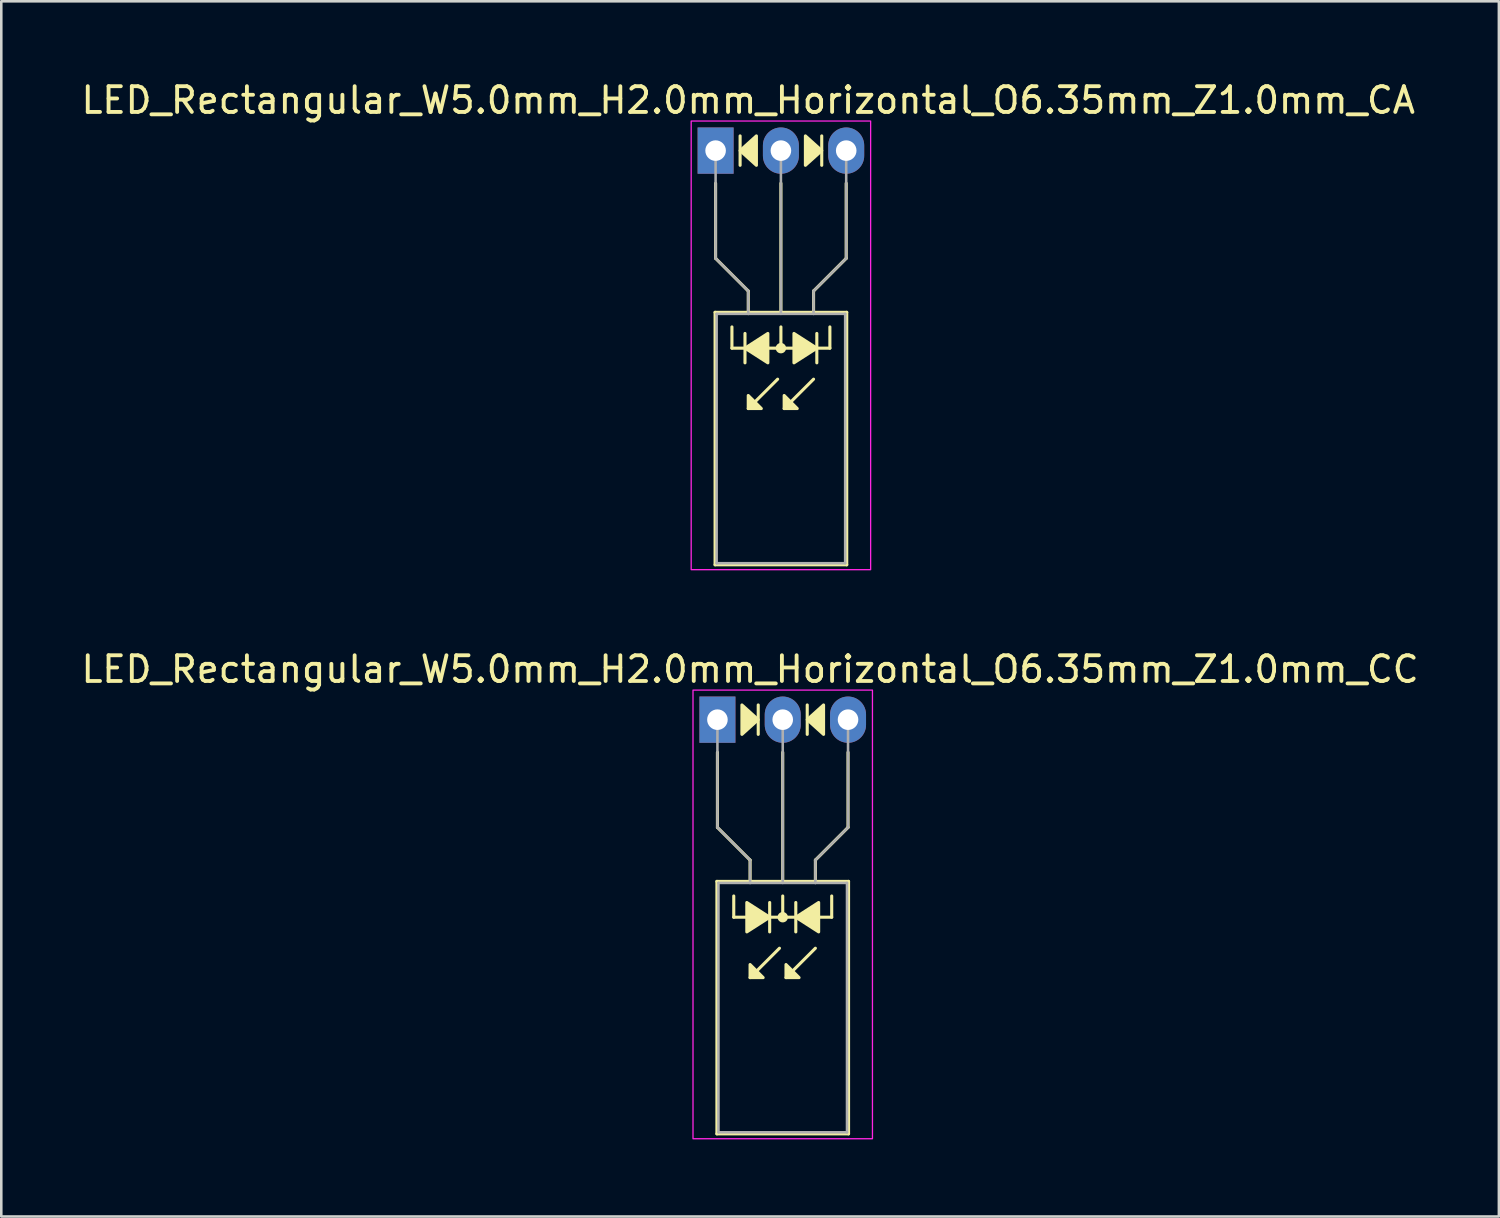
<source format=kicad_pcb>
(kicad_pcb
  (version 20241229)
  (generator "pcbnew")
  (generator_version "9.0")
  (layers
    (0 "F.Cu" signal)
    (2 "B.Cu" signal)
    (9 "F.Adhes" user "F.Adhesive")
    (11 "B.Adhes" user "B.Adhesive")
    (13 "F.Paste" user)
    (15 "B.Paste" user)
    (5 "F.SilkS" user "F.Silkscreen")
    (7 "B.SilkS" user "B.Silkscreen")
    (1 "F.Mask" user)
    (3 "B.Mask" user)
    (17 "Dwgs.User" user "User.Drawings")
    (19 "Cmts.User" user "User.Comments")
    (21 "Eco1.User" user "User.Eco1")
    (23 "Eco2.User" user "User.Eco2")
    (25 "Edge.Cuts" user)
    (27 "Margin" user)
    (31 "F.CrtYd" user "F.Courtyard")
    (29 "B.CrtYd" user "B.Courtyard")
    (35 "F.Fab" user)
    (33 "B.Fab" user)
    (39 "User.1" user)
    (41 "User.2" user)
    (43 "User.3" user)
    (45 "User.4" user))
  (footprint "LED_Rectangular_W5.0mm_H2.0mm_Horizontal_O6.35mm_Z1.0mm_CA"
    (layer "F.Cu")
    (at 24.784 2.808)
    (property "Reference" "LED_Rectangular_W5.0mm_H2.0mm_Horizontal_O6.35mm_Z1.0mm_CA" (at 1.27 -1.96 0) (layer "F.SilkS") (effects (font (size 1 1) (thickness 0.15))))
    (fp_line (start -0.02 6.29) (end -0.02 16.11) (stroke (width 0.12) (type solid)) (layer "F.SilkS"))
    (fp_line (start -0.02 16.11) (end 5.1 16.11) (stroke (width 0.12) (type solid)) (layer "F.SilkS"))
    (fp_line (start 0 1.27) (end 0 4.191) (stroke (width 0.12) (type default)) (layer "F.SilkS"))
    (fp_line (start 0 4.191) (end 1.27 5.461) (stroke (width 0.12) (type default)) (layer "F.SilkS"))
    (fp_line (start 0.635 7.684) (end 0.635 6.858) (stroke (width 0.12) (type default)) (layer "F.SilkS"))
    (fp_line (start 0.635 7.684) (end 4.445 7.684) (stroke (width 0.12) (type default)) (layer "F.SilkS"))
    (fp_line (start 0.953 -0.572) (end 0.953 0.572) (stroke (width 0.12) (type solid)) (layer "F.SilkS"))
    (fp_line (start 1.143 7.112) (end 1.143 8.255) (stroke (width 0.12) (type solid)) (layer "F.SilkS"))
    (fp_line (start 1.27 5.461) (end 1.27 6.29) (stroke (width 0.12) (type default)) (layer "F.SilkS"))
    (fp_line (start 1.27 6.29) (end 1.27 6.29) (stroke (width 0.12) (type solid)) (layer "F.SilkS"))
    (fp_line (start 2.413 8.89) (end 1.27 10.033) (stroke (width 0.12) (type solid)) (layer "F.SilkS"))
    (fp_line (start 2.54 6.29) (end 2.54 1.27) (stroke (width 0.12) (type default)) (layer "F.SilkS"))
    (fp_line (start 2.54 7.684) (end 2.54 6.858) (stroke (width 0.12) (type default)) (layer "F.SilkS"))
    (fp_line (start 3.81 5.461) (end 3.81 6.29) (stroke (width 0.12) (type default)) (layer "F.SilkS"))
    (fp_line (start 3.81 6.29) (end 3.81 6.29) (stroke (width 0.12) (type solid)) (layer "F.SilkS"))
    (fp_line (start 3.81 8.89) (end 2.667 10.033) (stroke (width 0.12) (type solid)) (layer "F.SilkS"))
    (fp_line (start 3.937 8.255) (end 3.937 7.112) (stroke (width 0.12) (type solid)) (layer "F.SilkS"))
    (fp_line (start 4.128 0.572) (end 4.128 -0.572) (stroke (width 0.12) (type solid)) (layer "F.SilkS"))
    (fp_line (start 4.445 7.684) (end 4.445 6.858) (stroke (width 0.12) (type default)) (layer "F.SilkS"))
    (fp_line (start 5.08 1.27) (end 5.08 4.191) (stroke (width 0.12) (type default)) (layer "F.SilkS"))
    (fp_line (start 5.08 4.191) (end 3.81 5.461) (stroke (width 0.12) (type default)) (layer "F.SilkS"))
    (fp_line (start 5.1 6.29) (end -0.02 6.29) (stroke (width 0.12) (type solid)) (layer "F.SilkS"))
    (fp_line (start 5.1 16.11) (end 5.1 6.29) (stroke (width 0.12) (type solid)) (layer "F.SilkS"))
    (fp_circle (center 2.54 7.684) (end 2.682 7.684) (stroke (width 0.12) (type solid)) (fill yes) (layer "F.SilkS"))
    (fp_poly (pts (xy 1.27 9.525) (xy 1.778 10.033) (xy 1.27 10.033)) (stroke (width 0.12) (type solid)) (fill yes) (layer "F.SilkS"))
    (fp_poly (pts (xy 1.587 0.572) (xy 0.953 0) (xy 1.587 -0.572)) (stroke (width 0.12) (type solid)) (fill yes) (layer "F.SilkS"))
    (fp_poly (pts (xy 2.032 8.255) (xy 1.143 7.684) (xy 2.032 7.112)) (stroke (width 0.12) (type solid)) (fill yes) (layer "F.SilkS"))
    (fp_poly (pts (xy 2.667 9.525) (xy 3.175 10.033) (xy 2.667 10.033)) (stroke (width 0.12) (type solid)) (fill yes) (layer "F.SilkS"))
    (fp_poly (pts (xy 3.048 7.112) (xy 3.937 7.684) (xy 3.048 8.255)) (stroke (width 0.12) (type solid)) (fill yes) (layer "F.SilkS"))
    (fp_poly (pts (xy 3.493 -0.572) (xy 4.128 0) (xy 3.493 0.572)) (stroke (width 0.12) (type solid)) (fill yes) (layer "F.SilkS"))
    (fp_rect (start -0.95 -1.15) (end 6.03 16.3) (stroke (width 0.05) (type default)) (fill no) (layer "F.CrtYd"))
    (fp_line (start 0 0) (end 0 0) (stroke (width 0.1) (type solid)) (layer "F.Fab"))
    (fp_line (start 0 4.191) (end 0 0) (stroke (width 0.1) (type default)) (layer "F.Fab"))
    (fp_line (start 0.04 6.35) (end 0.04 16.05) (stroke (width 0.1) (type solid)) (layer "F.Fab"))
    (fp_line (start 0.04 16.05) (end 5.04 16.05) (stroke (width 0.1) (type solid)) (layer "F.Fab"))
    (fp_line (start 1.27 5.461) (end 0 4.191) (stroke (width 0.1) (type default)) (layer "F.Fab"))
    (fp_line (start 1.27 5.461) (end 1.27 6.35) (stroke (width 0.1) (type default)) (layer "F.Fab"))
    (fp_line (start 1.27 6.35) (end 1.27 6.35) (stroke (width 0.1) (type solid)) (layer "F.Fab"))
    (fp_line (start 2.54 0) (end 2.54 0) (stroke (width 0.1) (type solid)) (layer "F.Fab"))
    (fp_line (start 2.54 0) (end 2.54 6.35) (stroke (width 0.1) (type default)) (layer "F.Fab"))
    (fp_line (start 3.81 5.461) (end 3.81 6.35) (stroke (width 0.1) (type default)) (layer "F.Fab"))
    (fp_line (start 3.81 5.461) (end 5.08 4.191) (stroke (width 0.1) (type default)) (layer "F.Fab"))
    (fp_line (start 3.81 6.35) (end 3.81 6.35) (stroke (width 0.1) (type solid)) (layer "F.Fab"))
    (fp_line (start 5.04 6.35) (end 0.04 6.35) (stroke (width 0.1) (type solid)) (layer "F.Fab"))
    (fp_line (start 5.04 16.05) (end 5.04 6.35) (stroke (width 0.1) (type solid)) (layer "F.Fab"))
    (fp_line (start 5.08 4.191) (end 5.08 0) (stroke (width 0.1) (type default)) (layer "F.Fab"))
    (pad "1" thru_hole rect (at 0 0) (size 1.4 1.8) (drill 0.8) (layers "*.Cu" "*.Mask"))
    (pad "2" thru_hole oval (at 2.54 0) (size 1.4 1.8) (drill 0.8) (layers "*.Cu" "*.Mask"))
    (pad "3" thru_hole oval (at 5.08 0) (size 1.4 1.8) (drill 0.8) (layers "*.Cu" "*.Mask")))
  (footprint "LED_Rectangular_W5.0mm_H2.0mm_Horizontal_O6.35mm_Z1.0mm_CC"
    (layer "F.Cu")
    (at 24.855 24.942)
    (property "Reference" "LED_Rectangular_W5.0mm_H2.0mm_Horizontal_O6.35mm_Z1.0mm_CC" (at 1.27 -1.96 0) (layer "F.SilkS") (effects (font (size 1 1) (thickness 0.15))))
    (fp_line (start -0.02 6.29) (end -0.02 16.11) (stroke (width 0.12) (type solid)) (layer "F.SilkS"))
    (fp_line (start -0.02 16.11) (end 5.1 16.11) (stroke (width 0.12) (type solid)) (layer "F.SilkS"))
    (fp_line (start 0 1.27) (end 0 4.191) (stroke (width 0.12) (type default)) (layer "F.SilkS"))
    (fp_line (start 0 4.191) (end 1.27 5.461) (stroke (width 0.12) (type default)) (layer "F.SilkS"))
    (fp_line (start 0.635 7.684) (end 0.635 6.858) (stroke (width 0.12) (type default)) (layer "F.SilkS"))
    (fp_line (start 0.635 7.684) (end 4.445 7.684) (stroke (width 0.12) (type default)) (layer "F.SilkS"))
    (fp_line (start 1.27 5.461) (end 1.27 6.29) (stroke (width 0.12) (type default)) (layer "F.SilkS"))
    (fp_line (start 1.27 6.29) (end 1.27 6.29) (stroke (width 0.12) (type solid)) (layer "F.SilkS"))
    (fp_line (start 1.587 0.572) (end 1.587 -0.572) (stroke (width 0.12) (type solid)) (layer "F.SilkS"))
    (fp_line (start 2.032 8.255) (end 2.032 7.112) (stroke (width 0.12) (type solid)) (layer "F.SilkS"))
    (fp_line (start 2.413 8.89) (end 1.27 10.033) (stroke (width 0.12) (type solid)) (layer "F.SilkS"))
    (fp_line (start 2.54 6.29) (end 2.54 1.27) (stroke (width 0.12) (type default)) (layer "F.SilkS"))
    (fp_line (start 2.54 7.684) (end 2.54 6.858) (stroke (width 0.12) (type default)) (layer "F.SilkS"))
    (fp_line (start 3.048 7.112) (end 3.048 8.255) (stroke (width 0.12) (type solid)) (layer "F.SilkS"))
    (fp_line (start 3.493 -0.572) (end 3.493 0.572) (stroke (width 0.12) (type solid)) (layer "F.SilkS"))
    (fp_line (start 3.81 5.461) (end 3.81 6.29) (stroke (width 0.12) (type default)) (layer "F.SilkS"))
    (fp_line (start 3.81 6.29) (end 3.81 6.29) (stroke (width 0.12) (type solid)) (layer "F.SilkS"))
    (fp_line (start 3.81 8.89) (end 2.667 10.033) (stroke (width 0.12) (type solid)) (layer "F.SilkS"))
    (fp_line (start 4.445 7.684) (end 4.445 6.858) (stroke (width 0.12) (type default)) (layer "F.SilkS"))
    (fp_line (start 5.08 1.27) (end 5.08 4.191) (stroke (width 0.12) (type default)) (layer "F.SilkS"))
    (fp_line (start 5.08 4.191) (end 3.81 5.461) (stroke (width 0.12) (type default)) (layer "F.SilkS"))
    (fp_line (start 5.1 6.29) (end -0.02 6.29) (stroke (width 0.12) (type solid)) (layer "F.SilkS"))
    (fp_line (start 5.1 16.11) (end 5.1 6.29) (stroke (width 0.12) (type solid)) (layer "F.SilkS"))
    (fp_circle (center 2.54 7.684) (end 2.682 7.684) (stroke (width 0.12) (type solid)) (fill yes) (layer "F.SilkS"))
    (fp_poly (pts (xy 0.953 -0.572) (xy 1.587 0) (xy 0.953 0.572)) (stroke (width 0.12) (type solid)) (fill yes) (layer "F.SilkS"))
    (fp_poly (pts (xy 1.143 7.112) (xy 2.032 7.684) (xy 1.143 8.255)) (stroke (width 0.12) (type solid)) (fill yes) (layer "F.SilkS"))
    (fp_poly (pts (xy 1.27 9.525) (xy 1.778 10.033) (xy 1.27 10.033)) (stroke (width 0.12) (type solid)) (fill yes) (layer "F.SilkS"))
    (fp_poly (pts (xy 2.667 9.525) (xy 3.175 10.033) (xy 2.667 10.033)) (stroke (width 0.12) (type solid)) (fill yes) (layer "F.SilkS"))
    (fp_poly (pts (xy 3.937 8.255) (xy 3.048 7.684) (xy 3.937 7.112)) (stroke (width 0.12) (type solid)) (fill yes) (layer "F.SilkS"))
    (fp_poly (pts (xy 4.128 0.572) (xy 3.493 0) (xy 4.128 -0.572)) (stroke (width 0.12) (type solid)) (fill yes) (layer "F.SilkS"))
    (fp_rect (start -0.95 -1.15) (end 6.03 16.3) (stroke (width 0.05) (type default)) (fill no) (layer "F.CrtYd"))
    (fp_line (start 0 0) (end 0 0) (stroke (width 0.1) (type solid)) (layer "F.Fab"))
    (fp_line (start 0 4.191) (end 0 0) (stroke (width 0.1) (type default)) (layer "F.Fab"))
    (fp_line (start 0.04 6.35) (end 0.04 16.05) (stroke (width 0.1) (type solid)) (layer "F.Fab"))
    (fp_line (start 0.04 16.05) (end 5.04 16.05) (stroke (width 0.1) (type solid)) (layer "F.Fab"))
    (fp_line (start 1.27 5.461) (end 0 4.191) (stroke (width 0.1) (type default)) (layer "F.Fab"))
    (fp_line (start 1.27 5.461) (end 1.27 6.35) (stroke (width 0.1) (type default)) (layer "F.Fab"))
    (fp_line (start 1.27 6.35) (end 1.27 6.35) (stroke (width 0.1) (type solid)) (layer "F.Fab"))
    (fp_line (start 2.54 0) (end 2.54 0) (stroke (width 0.1) (type solid)) (layer "F.Fab"))
    (fp_line (start 2.54 0) (end 2.54 6.35) (stroke (width 0.1) (type default)) (layer "F.Fab"))
    (fp_line (start 3.81 5.461) (end 3.81 6.35) (stroke (width 0.1) (type default)) (layer "F.Fab"))
    (fp_line (start 3.81 5.461) (end 5.08 4.191) (stroke (width 0.1) (type default)) (layer "F.Fab"))
    (fp_line (start 3.81 6.35) (end 3.81 6.35) (stroke (width 0.1) (type solid)) (layer "F.Fab"))
    (fp_line (start 5.04 6.35) (end 0.04 6.35) (stroke (width 0.1) (type solid)) (layer "F.Fab"))
    (fp_line (start 5.04 16.05) (end 5.04 6.35) (stroke (width 0.1) (type solid)) (layer "F.Fab"))
    (fp_line (start 5.08 4.191) (end 5.08 0) (stroke (width 0.1) (type default)) (layer "F.Fab"))
    (pad "1" thru_hole rect (at 0 0) (size 1.4 1.8) (drill 0.8) (layers "*.Cu" "*.Mask"))
    (pad "2" thru_hole oval (at 2.54 0) (size 1.4 1.8) (drill 0.8) (layers "*.Cu" "*.Mask"))
    (pad "3" thru_hole oval (at 5.08 0) (size 1.4 1.8) (drill 0.8) (layers "*.Cu" "*.Mask")))
  (gr_rect
    (start -3 -3)
    (end 55.25 44.267)
    (stroke (width 0.1) (type default))
    (fill no)
    (layer "Edge.Cuts")))
</source>
